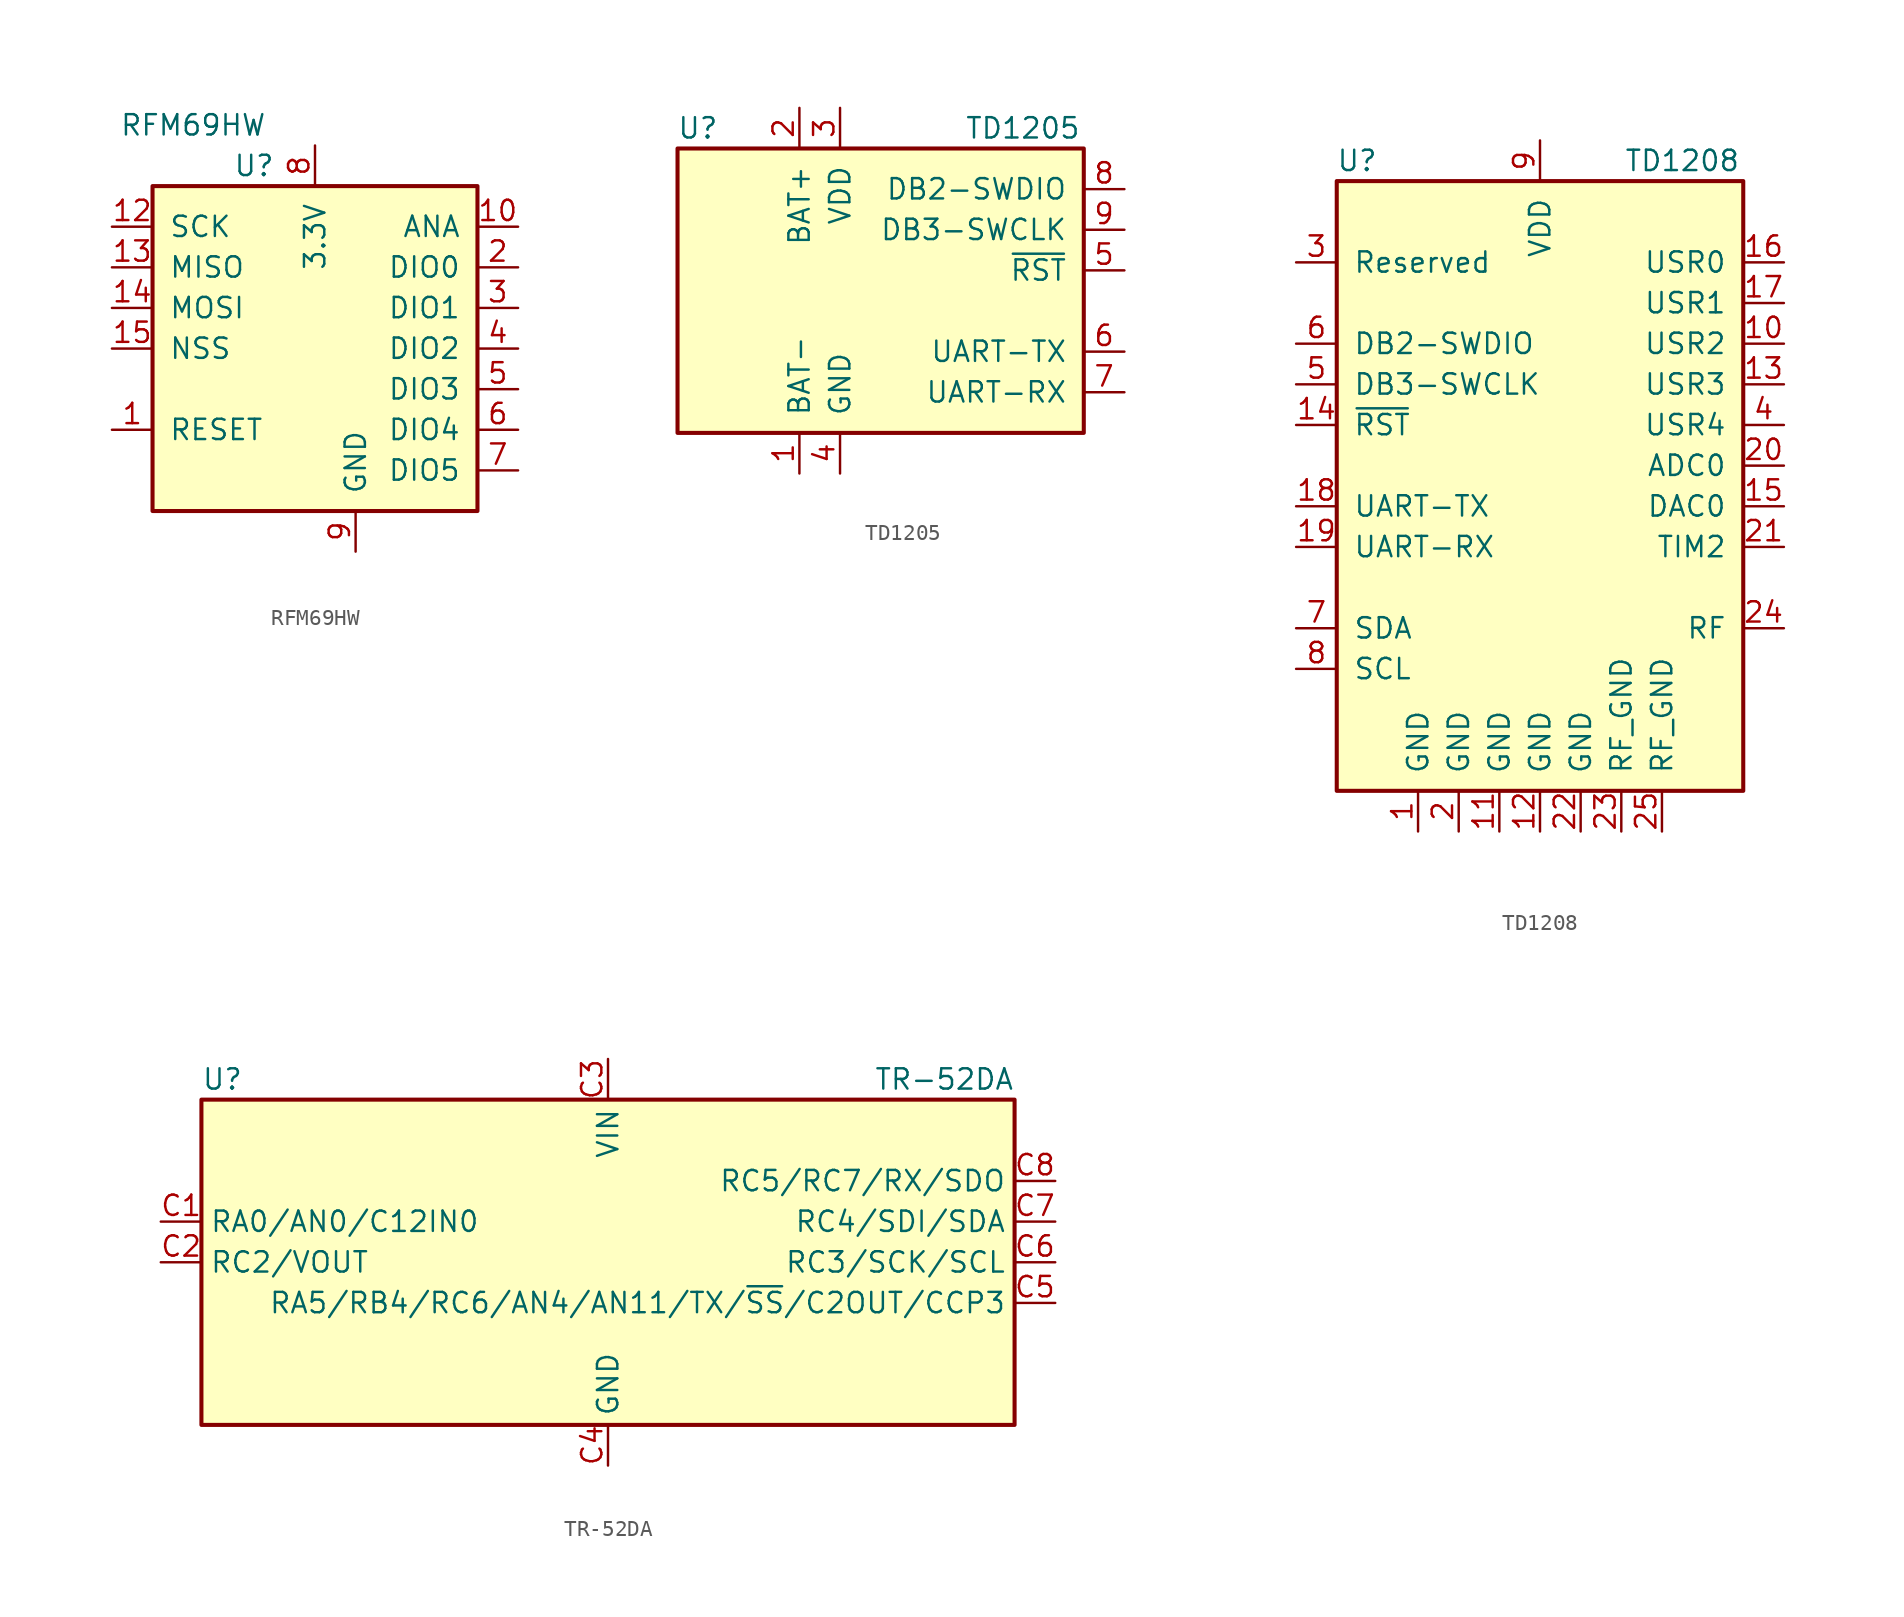
<source format=kicad_sym>
(kicad_symbol_lib
  (version 20241209)
  (generator "kicad_symbol_editor")
  (generator_version "9.0")
  (symbol "RFM69HW"
    (pin_names
      (offset 1.016))
    (property "Reference" "U"
      (at -3.81 11.43 0)
      (effects (font (size 1.27 1.27))))
    (property "Value" "RFM69HW"
      (at -7.62 13.97 0)
      (effects (font (size 1.27 1.27))))
    (symbol "RFM69HW_0_1"
      (rectangle (start -10.16 10.16) (end 10.16 -10.16) (stroke (width 0.254) (type default)) (fill (type background))))
    (symbol "RFM69HW_1_1"
      (pin input line (at -12.7 7.62 0) (length 2.54) (name "SCK" (effects (font (size 1.27 1.27)))) (number "12" (effects (font (size 1.27 1.27)))))
      (pin output line (at -12.7 5.08 0) (length 2.54) (name "MISO" (effects (font (size 1.27 1.27)))) (number "13" (effects (font (size 1.27 1.27)))))
      (pin input line (at -12.7 2.54 0) (length 2.54) (name "MOSI" (effects (font (size 1.27 1.27)))) (number "14" (effects (font (size 1.27 1.27)))))
      (pin input line (at -12.7 0 0) (length 2.54) (name "NSS" (effects (font (size 1.27 1.27)))) (number "15" (effects (font (size 1.27 1.27)))))
      (pin input line (at -12.7 -5.08 0) (length 2.54) (name "RESET" (effects (font (size 1.27 1.27)))) (number "1" (effects (font (size 1.27 1.27)))))
      (pin no_connect line (at -2.54 -10.16 90) (length 2.54) (hide yes) (name "NC" (effects (font (size 1.27 1.27)))) (number "16" (effects (font (size 1.27 1.27)))))
      (pin power_in line (at 0 12.7 270) (length 2.54) (name "3.3V" (effects (font (size 1.27 1.27)))) (number "8" (effects (font (size 1.27 1.27)))))
      (pin passive line (at 2.54 -12.7 90) (length 2.54) (hide yes) (name "GND" (effects (font (size 1.27 1.27)))) (number "11" (effects (font (size 1.27 1.27)))))
      (pin power_in line (at 2.54 -12.7 90) (length 2.54) (name "GND" (effects (font (size 1.27 1.27)))) (number "9" (effects (font (size 1.27 1.27)))))
      (pin output line (at 12.7 7.62 180) (length 2.54) (name "ANA" (effects (font (size 1.27 1.27)))) (number "10" (effects (font (size 1.27 1.27)))))
      (pin bidirectional line (at 12.7 5.08 180) (length 2.54) (name "DIO0" (effects (font (size 1.27 1.27)))) (number "2" (effects (font (size 1.27 1.27)))))
      (pin bidirectional line (at 12.7 2.54 180) (length 2.54) (name "DIO1" (effects (font (size 1.27 1.27)))) (number "3" (effects (font (size 1.27 1.27)))))
      (pin bidirectional line (at 12.7 0 180) (length 2.54) (name "DIO2" (effects (font (size 1.27 1.27)))) (number "4" (effects (font (size 1.27 1.27)))))
      (pin bidirectional line (at 12.7 -2.54 180) (length 2.54) (name "DIO3" (effects (font (size 1.27 1.27)))) (number "5" (effects (font (size 1.27 1.27)))))
      (pin bidirectional line (at 12.7 -5.08 180) (length 2.54) (name "DIO4" (effects (font (size 1.27 1.27)))) (number "6" (effects (font (size 1.27 1.27)))))
      (pin bidirectional line (at 12.7 -7.62 180) (length 2.54) (name "DIO5" (effects (font (size 1.27 1.27)))) (number "7" (effects (font (size 1.27 1.27)))))))
  (symbol "TD1205"
    (pin_names
      (offset 1.016))
    (property "Reference" "U"
      (at -11.43 11.43 0)
      (effects (font (size 1.27 1.27))))
    (property "Value" "TD1205"
      (at 8.89 11.43 0)
      (effects (font (size 1.27 1.27))))
    (symbol "TD1205_0_1"
      (rectangle (start -12.7 10.16) (end 12.7 -7.62) (stroke (width 0.254) (type default)) (fill (type background))))
    (symbol "TD1205_1_1"
      (pin power_in line (at -5.08 12.7 270) (length 2.54) (name "BAT+" (effects (font (size 1.27 1.27)))) (number "2" (effects (font (size 1.27 1.27)))))
      (pin power_in line (at -5.08 -10.16 90) (length 2.54) (name "BAT-" (effects (font (size 1.27 1.27)))) (number "1" (effects (font (size 1.27 1.27)))))
      (pin power_in line (at -2.54 12.7 270) (length 2.54) (name "VDD" (effects (font (size 1.27 1.27)))) (number "3" (effects (font (size 1.27 1.27)))))
      (pin power_in line (at -2.54 -10.16 90) (length 2.54) (name "GND" (effects (font (size 1.27 1.27)))) (number "4" (effects (font (size 1.27 1.27)))))
      (pin bidirectional line (at 15.24 7.62 180) (length 2.54) (name "DB2-SWDIO" (effects (font (size 1.27 1.27)))) (number "8" (effects (font (size 1.27 1.27)))))
      (pin bidirectional line (at 15.24 5.08 180) (length 2.54) (name "DB3-SWCLK" (effects (font (size 1.27 1.27)))) (number "9" (effects (font (size 1.27 1.27)))))
      (pin input line (at 15.24 2.54 180) (length 2.54) (name "~{RST}" (effects (font (size 1.27 1.27)))) (number "5" (effects (font (size 1.27 1.27)))))
      (pin bidirectional line (at 15.24 -2.54 180) (length 2.54) (name "UART-TX" (effects (font (size 1.27 1.27)))) (number "6" (effects (font (size 1.27 1.27)))))
      (pin bidirectional line (at 15.24 -5.08 180) (length 2.54) (name "UART-RX" (effects (font (size 1.27 1.27)))) (number "7" (effects (font (size 1.27 1.27)))))))
  (symbol "TD1208"
    (pin_names
      (offset 1.016))
    (property "Reference" "U"
      (at -11.43 19.05 0)
      (effects (font (size 1.27 1.27))))
    (property "Value" "TD1208"
      (at 8.89 19.05 0)
      (effects (font (size 1.27 1.27))))
    (symbol "TD1208_0_1"
      (rectangle (start -12.7 17.78) (end 12.7 -20.32) (stroke (width 0.254) (type default)) (fill (type background))))
    (symbol "TD1208_1_1"
      (pin unspecified line (at -15.24 12.7 0) (length 2.54) (name "Reserved" (effects (font (size 1.27 1.27)))) (number "3" (effects (font (size 1.27 1.27)))))
      (pin bidirectional line (at -15.24 7.62 0) (length 2.54) (name "DB2-SWDIO" (effects (font (size 1.27 1.27)))) (number "6" (effects (font (size 1.27 1.27)))))
      (pin bidirectional line (at -15.24 5.08 0) (length 2.54) (name "DB3-SWCLK" (effects (font (size 1.27 1.27)))) (number "5" (effects (font (size 1.27 1.27)))))
      (pin input line (at -15.24 2.54 0) (length 2.54) (name "~{RST}" (effects (font (size 1.27 1.27)))) (number "14" (effects (font (size 1.27 1.27)))))
      (pin bidirectional line (at -15.24 -2.54 0) (length 2.54) (name "UART-TX" (effects (font (size 1.27 1.27)))) (number "18" (effects (font (size 1.27 1.27)))))
      (pin bidirectional line (at -15.24 -5.08 0) (length 2.54) (name "UART-RX" (effects (font (size 1.27 1.27)))) (number "19" (effects (font (size 1.27 1.27)))))
      (pin bidirectional line (at -15.24 -10.16 0) (length 2.54) (name "SDA" (effects (font (size 1.27 1.27)))) (number "7" (effects (font (size 1.27 1.27)))))
      (pin bidirectional line (at -15.24 -12.7 0) (length 2.54) (name "SCL" (effects (font (size 1.27 1.27)))) (number "8" (effects (font (size 1.27 1.27)))))
      (pin power_in line (at -7.62 -22.86 90) (length 2.54) (name "GND" (effects (font (size 1.27 1.27)))) (number "1" (effects (font (size 1.27 1.27)))))
      (pin power_in line (at -5.08 -22.86 90) (length 2.54) (name "GND" (effects (font (size 1.27 1.27)))) (number "2" (effects (font (size 1.27 1.27)))))
      (pin power_in line (at -2.54 -22.86 90) (length 2.54) (name "GND" (effects (font (size 1.27 1.27)))) (number "11" (effects (font (size 1.27 1.27)))))
      (pin power_in line (at 0 20.32 270) (length 2.54) (name "VDD" (effects (font (size 1.27 1.27)))) (number "9" (effects (font (size 1.27 1.27)))))
      (pin power_in line (at 0 -22.86 90) (length 2.54) (name "GND" (effects (font (size 1.27 1.27)))) (number "12" (effects (font (size 1.27 1.27)))))
      (pin power_in line (at 2.54 -22.86 90) (length 2.54) (name "GND" (effects (font (size 1.27 1.27)))) (number "22" (effects (font (size 1.27 1.27)))))
      (pin power_in line (at 5.08 -22.86 90) (length 2.54) (name "RF_GND" (effects (font (size 1.27 1.27)))) (number "23" (effects (font (size 1.27 1.27)))))
      (pin power_in line (at 7.62 -22.86 90) (length 2.54) (name "RF_GND" (effects (font (size 1.27 1.27)))) (number "25" (effects (font (size 1.27 1.27)))))
      (pin bidirectional line (at 15.24 12.7 180) (length 2.54) (name "USR0" (effects (font (size 1.27 1.27)))) (number "16" (effects (font (size 1.27 1.27)))))
      (pin bidirectional line (at 15.24 10.16 180) (length 2.54) (name "USR1" (effects (font (size 1.27 1.27)))) (number "17" (effects (font (size 1.27 1.27)))))
      (pin bidirectional line (at 15.24 7.62 180) (length 2.54) (name "USR2" (effects (font (size 1.27 1.27)))) (number "10" (effects (font (size 1.27 1.27)))))
      (pin bidirectional line (at 15.24 5.08 180) (length 2.54) (name "USR3" (effects (font (size 1.27 1.27)))) (number "13" (effects (font (size 1.27 1.27)))))
      (pin bidirectional line (at 15.24 2.54 180) (length 2.54) (name "USR4" (effects (font (size 1.27 1.27)))) (number "4" (effects (font (size 1.27 1.27)))))
      (pin bidirectional line (at 15.24 0 180) (length 2.54) (name "ADC0" (effects (font (size 1.27 1.27)))) (number "20" (effects (font (size 1.27 1.27)))))
      (pin bidirectional line (at 15.24 -2.54 180) (length 2.54) (name "DAC0" (effects (font (size 1.27 1.27)))) (number "15" (effects (font (size 1.27 1.27)))))
      (pin bidirectional line (at 15.24 -5.08 180) (length 2.54) (name "TIM2" (effects (font (size 1.27 1.27)))) (number "21" (effects (font (size 1.27 1.27)))))
      (pin bidirectional line (at 15.24 -10.16 180) (length 2.54) (name "RF" (effects (font (size 1.27 1.27)))) (number "24" (effects (font (size 1.27 1.27)))))))
  (symbol "TR-52DA"
    (property "Reference" "U"
      (at -25.4 11.43 0)
      (effects (font (size 1.27 1.27)) (justify left)))
    (property "Value" "TR-52DA"
      (at 25.4 11.43 0)
      (effects (font (size 1.27 1.27)) (justify right)))
    (symbol "TR-52DA_0_1"
      (rectangle (start -25.4 10.16) (end 25.4 -10.16) (stroke (width 0.254) (type default)) (fill (type background))))
    (symbol "TR-52DA_1_1"
      (pin bidirectional line (at -27.94 2.54 0) (length 2.54) (name "RA0/AN0/C12IN0" (effects (font (size 1.27 1.27)))) (number "C1" (effects (font (size 1.27 1.27)))))
      (pin bidirectional line (at -27.94 0 0) (length 2.54) (name "RC2/VOUT" (effects (font (size 1.27 1.27)))) (number "C2" (effects (font (size 1.27 1.27)))))
      (pin power_in line (at 0 12.7 270) (length 2.54) (name "VIN" (effects (font (size 1.27 1.27)))) (number "C3" (effects (font (size 1.27 1.27)))))
      (pin power_in line (at 0 -12.7 90) (length 2.54) (name "GND" (effects (font (size 1.27 1.27)))) (number "C4" (effects (font (size 1.27 1.27)))))
      (pin bidirectional line (at 27.94 5.08 180) (length 2.54) (name "RC5/RC7/RX/SDO" (effects (font (size 1.27 1.27)))) (number "C8" (effects (font (size 1.27 1.27)))))
      (pin bidirectional line (at 27.94 2.54 180) (length 2.54) (name "RC4/SDI/SDA" (effects (font (size 1.27 1.27)))) (number "C7" (effects (font (size 1.27 1.27)))))
      (pin bidirectional line (at 27.94 0 180) (length 2.54) (name "RC3/SCK/SCL" (effects (font (size 1.27 1.27)))) (number "C6" (effects (font (size 1.27 1.27)))))
      (pin bidirectional line (at 27.94 -2.54 180) (length 2.54) (name "RA5/RB4/RC6/AN4/AN11/TX/~{SS}/C2OUT/CCP3" (effects (font (size 1.27 1.27)))) (number "C5" (effects (font (size 1.27 1.27))))))))
</source>
